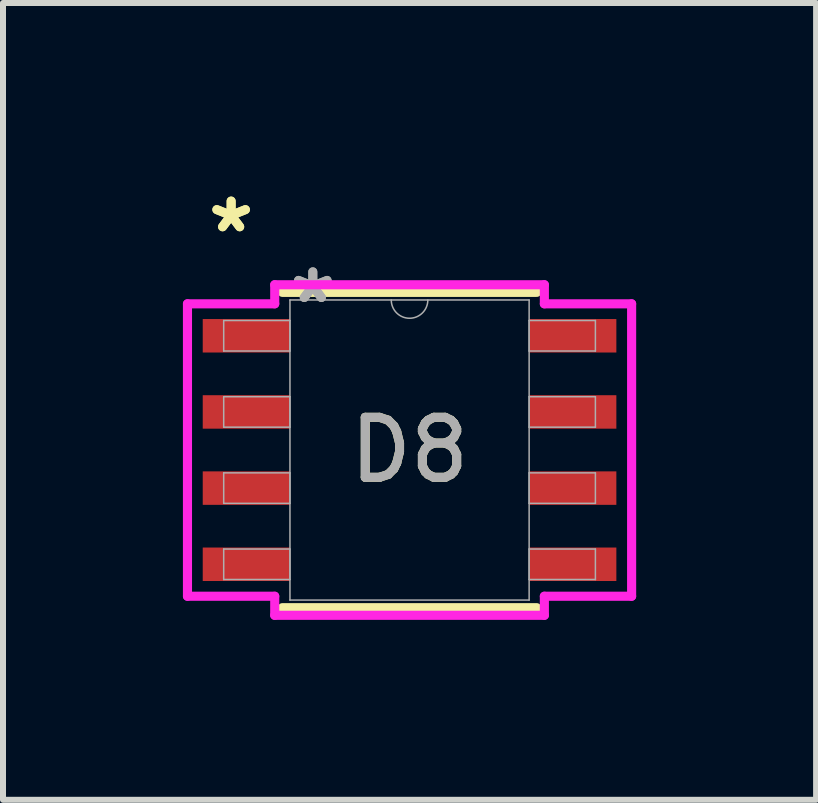
<source format=kicad_pcb>
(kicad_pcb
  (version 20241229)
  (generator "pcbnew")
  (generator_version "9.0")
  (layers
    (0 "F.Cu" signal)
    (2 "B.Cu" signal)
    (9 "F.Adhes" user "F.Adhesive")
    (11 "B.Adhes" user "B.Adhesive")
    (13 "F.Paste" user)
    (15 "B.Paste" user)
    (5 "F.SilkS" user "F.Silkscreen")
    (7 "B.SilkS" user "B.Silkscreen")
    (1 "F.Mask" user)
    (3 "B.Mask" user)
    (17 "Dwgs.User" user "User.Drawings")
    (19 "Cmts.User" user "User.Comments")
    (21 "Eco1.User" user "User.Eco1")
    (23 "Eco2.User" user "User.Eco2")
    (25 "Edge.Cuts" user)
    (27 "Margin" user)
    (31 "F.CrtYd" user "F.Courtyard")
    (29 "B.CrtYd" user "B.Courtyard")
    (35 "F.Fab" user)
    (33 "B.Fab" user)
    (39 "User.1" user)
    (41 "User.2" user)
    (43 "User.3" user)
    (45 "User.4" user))
  (footprint "D8"
    (layer "F.Cu")
    (at 3.779 4.454)
    (property "Reference" "D8" (at 0 0 0) (unlocked yes) (layer "F.SilkS") (effects (font (size 1 1) (thickness 0.15))))
    (attr smd)
    (fp_line (start -2.121 2.629) (end 2.121 2.629) (stroke (width 0.152) (type solid)) (layer "F.SilkS"))
    (fp_line (start 2.121 -2.629) (end -2.121 -2.629) (stroke (width 0.152) (type solid)) (layer "F.SilkS"))
    (fp_line (start -3.703 -2.438) (end -2.248 -2.438) (stroke (width 0.152) (type solid)) (layer "F.CrtYd"))
    (fp_line (start -3.703 2.438) (end -3.703 -2.438) (stroke (width 0.152) (type solid)) (layer "F.CrtYd"))
    (fp_line (start -3.703 2.438) (end -2.248 2.438) (stroke (width 0.152) (type solid)) (layer "F.CrtYd"))
    (fp_line (start -2.248 -2.756) (end 2.248 -2.756) (stroke (width 0.152) (type solid)) (layer "F.CrtYd"))
    (fp_line (start -2.248 -2.438) (end -2.248 -2.756) (stroke (width 0.152) (type solid)) (layer "F.CrtYd"))
    (fp_line (start -2.248 2.756) (end -2.248 2.438) (stroke (width 0.152) (type solid)) (layer "F.CrtYd"))
    (fp_line (start 2.248 -2.756) (end 2.248 -2.438) (stroke (width 0.152) (type solid)) (layer "F.CrtYd"))
    (fp_line (start 2.248 2.438) (end 2.248 2.756) (stroke (width 0.152) (type solid)) (layer "F.CrtYd"))
    (fp_line (start 2.248 2.756) (end -2.248 2.756) (stroke (width 0.152) (type solid)) (layer "F.CrtYd"))
    (fp_line (start 3.703 -2.438) (end 2.248 -2.438) (stroke (width 0.152) (type solid)) (layer "F.CrtYd"))
    (fp_line (start 3.703 -2.438) (end 3.703 2.438) (stroke (width 0.152) (type solid)) (layer "F.CrtYd"))
    (fp_line (start 3.703 2.438) (end 2.248 2.438) (stroke (width 0.152) (type solid)) (layer "F.CrtYd"))
    (fp_line (start -3.099 -2.159) (end -3.099 -1.651) (stroke (width 0.025) (type solid)) (layer "F.Fab"))
    (fp_line (start -3.099 -1.651) (end -1.994 -1.651) (stroke (width 0.025) (type solid)) (layer "F.Fab"))
    (fp_line (start -3.099 -0.889) (end -3.099 -0.381) (stroke (width 0.025) (type solid)) (layer "F.Fab"))
    (fp_line (start -3.099 -0.381) (end -1.994 -0.381) (stroke (width 0.025) (type solid)) (layer "F.Fab"))
    (fp_line (start -3.099 0.381) (end -3.099 0.889) (stroke (width 0.025) (type solid)) (layer "F.Fab"))
    (fp_line (start -3.099 0.889) (end -1.994 0.889) (stroke (width 0.025) (type solid)) (layer "F.Fab"))
    (fp_line (start -3.099 1.651) (end -3.099 2.159) (stroke (width 0.025) (type solid)) (layer "F.Fab"))
    (fp_line (start -3.099 2.159) (end -1.994 2.159) (stroke (width 0.025) (type solid)) (layer "F.Fab"))
    (fp_line (start -1.994 -2.502) (end -1.994 2.502) (stroke (width 0.025) (type solid)) (layer "F.Fab"))
    (fp_line (start -1.994 -2.159) (end -3.099 -2.159) (stroke (width 0.025) (type solid)) (layer "F.Fab"))
    (fp_line (start -1.994 -1.651) (end -1.994 -2.159) (stroke (width 0.025) (type solid)) (layer "F.Fab"))
    (fp_line (start -1.994 -0.889) (end -3.099 -0.889) (stroke (width 0.025) (type solid)) (layer "F.Fab"))
    (fp_line (start -1.994 -0.381) (end -1.994 -0.889) (stroke (width 0.025) (type solid)) (layer "F.Fab"))
    (fp_line (start -1.994 0.381) (end -3.099 0.381) (stroke (width 0.025) (type solid)) (layer "F.Fab"))
    (fp_line (start -1.994 0.889) (end -1.994 0.381) (stroke (width 0.025) (type solid)) (layer "F.Fab"))
    (fp_line (start -1.994 1.651) (end -3.099 1.651) (stroke (width 0.025) (type solid)) (layer "F.Fab"))
    (fp_line (start -1.994 2.159) (end -1.994 1.651) (stroke (width 0.025) (type solid)) (layer "F.Fab"))
    (fp_line (start -1.994 2.502) (end 1.994 2.502) (stroke (width 0.025) (type solid)) (layer "F.Fab"))
    (fp_line (start 1.994 -2.502) (end -1.994 -2.502) (stroke (width 0.025) (type solid)) (layer "F.Fab"))
    (fp_line (start 1.994 -2.159) (end 1.994 -1.651) (stroke (width 0.025) (type solid)) (layer "F.Fab"))
    (fp_line (start 1.994 -1.651) (end 3.099 -1.651) (stroke (width 0.025) (type solid)) (layer "F.Fab"))
    (fp_line (start 1.994 -0.889) (end 1.994 -0.381) (stroke (width 0.025) (type solid)) (layer "F.Fab"))
    (fp_line (start 1.994 -0.381) (end 3.099 -0.381) (stroke (width 0.025) (type solid)) (layer "F.Fab"))
    (fp_line (start 1.994 0.381) (end 1.994 0.889) (stroke (width 0.025) (type solid)) (layer "F.Fab"))
    (fp_line (start 1.994 0.889) (end 3.099 0.889) (stroke (width 0.025) (type solid)) (layer "F.Fab"))
    (fp_line (start 1.994 1.651) (end 1.994 2.159) (stroke (width 0.025) (type solid)) (layer "F.Fab"))
    (fp_line (start 1.994 2.159) (end 3.099 2.159) (stroke (width 0.025) (type solid)) (layer "F.Fab"))
    (fp_line (start 1.994 2.502) (end 1.994 -2.502) (stroke (width 0.025) (type solid)) (layer "F.Fab"))
    (fp_line (start 3.099 -2.159) (end 1.994 -2.159) (stroke (width 0.025) (type solid)) (layer "F.Fab"))
    (fp_line (start 3.099 -1.651) (end 3.099 -2.159) (stroke (width 0.025) (type solid)) (layer "F.Fab"))
    (fp_line (start 3.099 -0.889) (end 1.994 -0.889) (stroke (width 0.025) (type solid)) (layer "F.Fab"))
    (fp_line (start 3.099 -0.381) (end 3.099 -0.889) (stroke (width 0.025) (type solid)) (layer "F.Fab"))
    (fp_line (start 3.099 0.381) (end 1.994 0.381) (stroke (width 0.025) (type solid)) (layer "F.Fab"))
    (fp_line (start 3.099 0.889) (end 3.099 0.381) (stroke (width 0.025) (type solid)) (layer "F.Fab"))
    (fp_line (start 3.099 1.651) (end 1.994 1.651) (stroke (width 0.025) (type solid)) (layer "F.Fab"))
    (fp_line (start 3.099 2.159) (end 3.099 1.651) (stroke (width 0.025) (type solid)) (layer "F.Fab"))
    (fp_arc (start 0.3048 -2.5019) (mid 0 -2.1971) (end -0.3048 -2.5019) (stroke (width 0.0254) (type solid)) (layer "F.Fab"))
    (fp_text user "*" (at -2.975 -3.606 0) (layer "F.SilkS") (effects (font (size 1 1) (thickness 0.15))))
    (fp_text user "*" (at -2.975 -3.606 0) (unlocked yes) (layer "F.SilkS") (effects (font (size 1 1) (thickness 0.15))))
    (fp_text user "*" (at -1.613 -2.426 0) (unlocked yes) (layer "F.Fab") (effects (font (size 1 1) (thickness 0.15))))
    (fp_text user "*" (at -1.613 -2.426 0) (layer "F.Fab") (effects (font (size 1 1) (thickness 0.15))))
    (fp_text user "${REFERENCE}" (at 0 0 0) (unlocked yes) (layer "F.Fab") (effects (font (size 1 1) (thickness 0.15))))
    (pad "1" smd rect (at -2.721 -1.905) (size 1.455 0.558) (layers "F.Cu" "F.Mask" "F.Paste"))
    (pad "2" smd rect (at -2.721 -0.635) (size 1.455 0.558) (layers "F.Cu" "F.Mask" "F.Paste"))
    (pad "3" smd rect (at -2.721 0.635) (size 1.455 0.558) (layers "F.Cu" "F.Mask" "F.Paste"))
    (pad "4" smd rect (at -2.721 1.905) (size 1.455 0.558) (layers "F.Cu" "F.Mask" "F.Paste"))
    (pad "5" smd rect (at 2.721 1.905) (size 1.455 0.558) (layers "F.Cu" "F.Mask" "F.Paste"))
    (pad "6" smd rect (at 2.721 0.635) (size 1.455 0.558) (layers "F.Cu" "F.Mask" "F.Paste"))
    (pad "7" smd rect (at 2.721 -0.635) (size 1.455 0.558) (layers "F.Cu" "F.Mask" "F.Paste"))
    (pad "8" smd rect (at 2.721 -1.905) (size 1.455 0.558) (layers "F.Cu" "F.Mask" "F.Paste")))
  (gr_rect
    (start -3 -3)
    (end 10.558 10.286)
    (stroke (width 0.1) (type default))
    (fill no)
    (layer "Edge.Cuts")))
</source>
